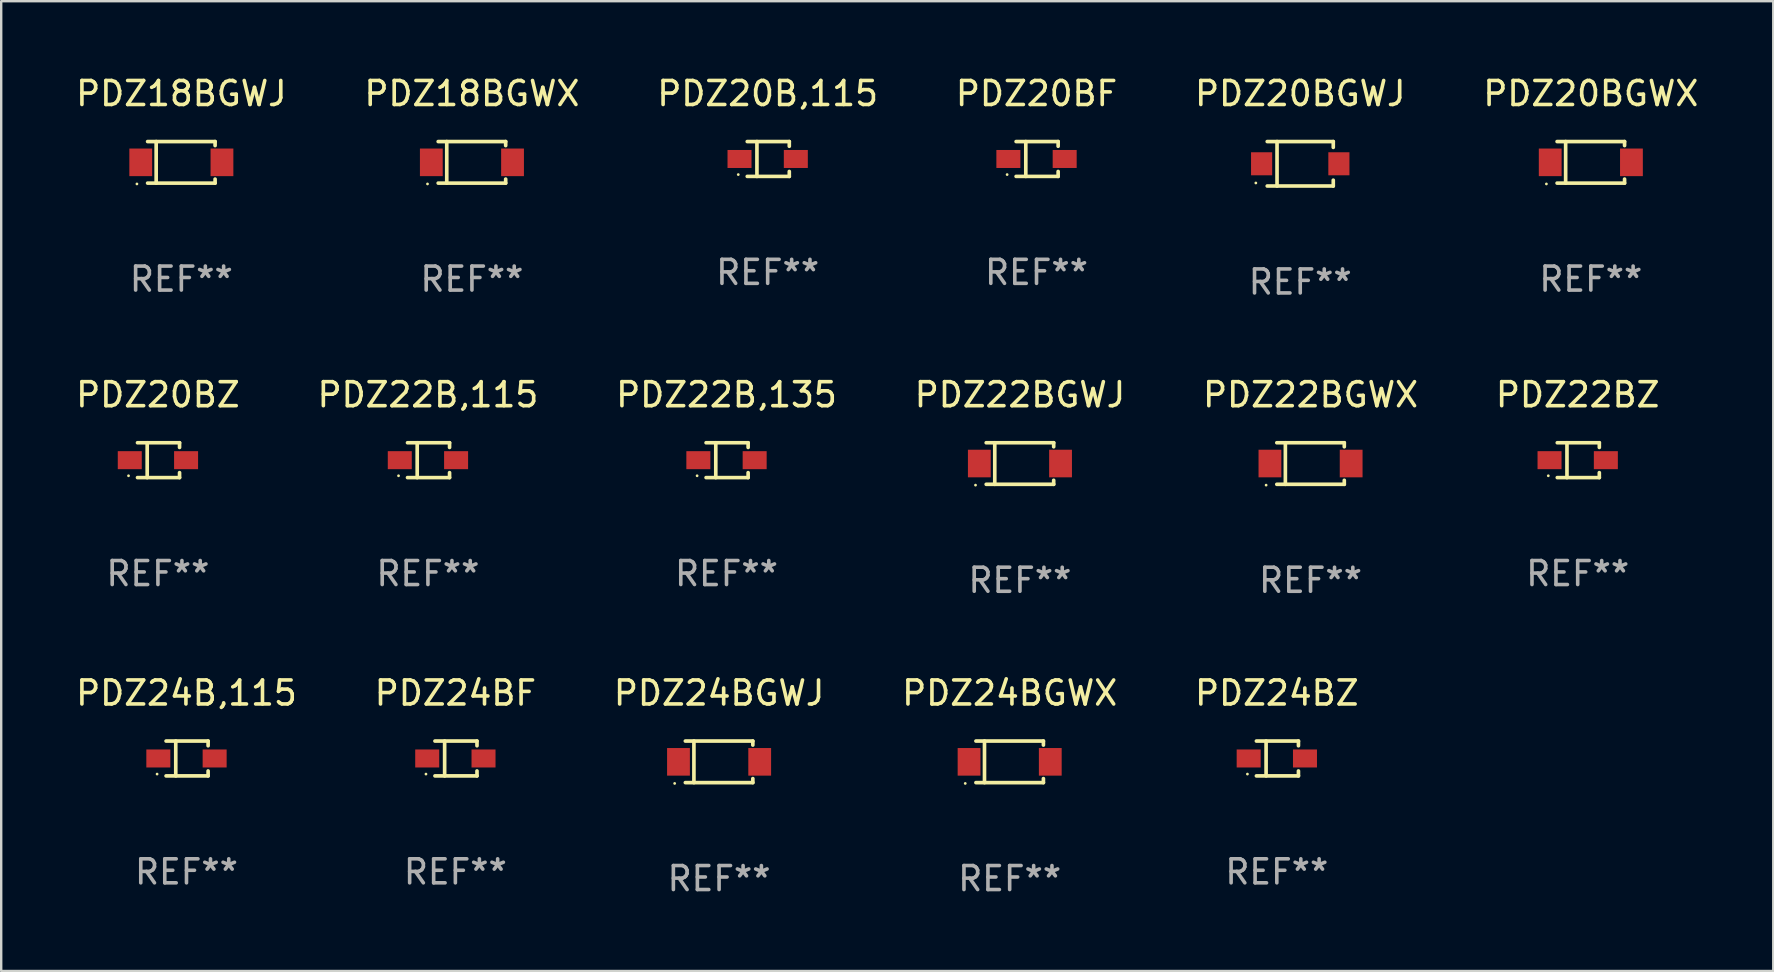
<source format=kicad_pcb>
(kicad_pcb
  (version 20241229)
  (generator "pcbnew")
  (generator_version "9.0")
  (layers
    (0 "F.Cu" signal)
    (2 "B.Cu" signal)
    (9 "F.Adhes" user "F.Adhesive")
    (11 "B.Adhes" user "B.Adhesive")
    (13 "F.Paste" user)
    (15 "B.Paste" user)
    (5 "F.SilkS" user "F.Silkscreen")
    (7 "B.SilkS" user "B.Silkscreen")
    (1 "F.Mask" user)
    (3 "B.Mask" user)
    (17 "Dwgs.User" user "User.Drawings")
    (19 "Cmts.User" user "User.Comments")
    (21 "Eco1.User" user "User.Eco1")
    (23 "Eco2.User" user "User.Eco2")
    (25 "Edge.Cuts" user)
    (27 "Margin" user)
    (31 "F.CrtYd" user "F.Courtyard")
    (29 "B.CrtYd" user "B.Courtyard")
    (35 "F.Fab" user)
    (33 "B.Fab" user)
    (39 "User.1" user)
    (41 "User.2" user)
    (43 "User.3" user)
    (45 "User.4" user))
  (footprint "PDZ22BGWX"
    (layer "F.Cu")
    (at 51.554 16.263)
    (property "Reference" "PDZ22BGWX" (at 0 -2.866 0) (layer "F.SilkS") (effects (font (size 1 1) (thickness 0.15))))
    (attr through_hole)
    (fp_line (start -1.406 -0.866) (end 1.406 -0.866) (stroke (width 0.152) (type solid)) (layer "F.SilkS"))
    (fp_line (start -1.406 0.866) (end 1.406 0.866) (stroke (width 0.152) (type solid)) (layer "F.SilkS"))
    (fp_line (start -1.049 -0.866) (end -1.049 0.866) (stroke (width 0.152) (type solid)) (layer "F.SilkS"))
    (fp_line (start 1.406 -0.866) (end 1.406 -0.698) (stroke (width 0.152) (type solid)) (layer "F.SilkS"))
    (fp_line (start 1.406 0.866) (end 1.406 0.698) (stroke (width 0.152) (type solid)) (layer "F.SilkS"))
    (fp_circle (center -1.851 0.9) (end -1.821 0.9) (stroke (width 0.06) (type solid)) (fill no) (layer "F.SilkS"))
    (fp_text user "REF**" (at 0 4.866 0) (layer "F.Fab") (effects (font (size 1 1) (thickness 0.15))))
    (pad "1" smd rect (at -1.692 0) (size 0.95 1.15) (layers "F.Cu" "F.Mask" "F.Paste"))
    (pad "2" smd rect (at 1.692 0) (size 0.95 1.15) (layers "F.Cu" "F.Mask" "F.Paste")))
  (footprint "PDZ24BGWX"
    (layer "F.Cu")
    (at 39.018 28.692)
    (property "Reference" "PDZ24BGWX" (at 0 -2.866 0) (layer "F.SilkS") (effects (font (size 1 1) (thickness 0.15))))
    (attr through_hole)
    (fp_line (start -1.406 -0.866) (end 1.406 -0.866) (stroke (width 0.152) (type solid)) (layer "F.SilkS"))
    (fp_line (start -1.406 0.866) (end 1.406 0.866) (stroke (width 0.152) (type solid)) (layer "F.SilkS"))
    (fp_line (start -1.049 -0.866) (end -1.049 0.866) (stroke (width 0.152) (type solid)) (layer "F.SilkS"))
    (fp_line (start 1.406 -0.866) (end 1.406 -0.698) (stroke (width 0.152) (type solid)) (layer "F.SilkS"))
    (fp_line (start 1.406 0.866) (end 1.406 0.698) (stroke (width 0.152) (type solid)) (layer "F.SilkS"))
    (fp_circle (center -1.851 0.9) (end -1.821 0.9) (stroke (width 0.06) (type solid)) (fill no) (layer "F.SilkS"))
    (fp_text user "REF**" (at 0 4.866 0) (layer "F.Fab") (effects (font (size 1 1) (thickness 0.15))))
    (pad "1" smd rect (at -1.692 0) (size 0.95 1.15) (layers "F.Cu" "F.Mask" "F.Paste"))
    (pad "2" smd rect (at 1.692 0) (size 0.95 1.15) (layers "F.Cu" "F.Mask" "F.Paste")))
  (footprint "PDZ18BGWJ"
    (layer "F.Cu")
    (at 4.506 3.714)
    (property "Reference" "PDZ18BGWJ" (at 0 -2.866 0) (layer "F.SilkS") (effects (font (size 1 1) (thickness 0.15))))
    (attr through_hole)
    (fp_line (start -1.406 -0.866) (end 1.406 -0.866) (stroke (width 0.152) (type solid)) (layer "F.SilkS"))
    (fp_line (start -1.406 0.866) (end 1.406 0.866) (stroke (width 0.152) (type solid)) (layer "F.SilkS"))
    (fp_line (start -1.049 -0.866) (end -1.049 0.866) (stroke (width 0.152) (type solid)) (layer "F.SilkS"))
    (fp_line (start 1.406 -0.866) (end 1.406 -0.698) (stroke (width 0.152) (type solid)) (layer "F.SilkS"))
    (fp_line (start 1.406 0.866) (end 1.406 0.698) (stroke (width 0.152) (type solid)) (layer "F.SilkS"))
    (fp_circle (center -1.851 0.9) (end -1.821 0.9) (stroke (width 0.06) (type solid)) (fill no) (layer "F.SilkS"))
    (fp_text user "REF**" (at 0 4.866 0) (layer "F.Fab") (effects (font (size 1 1) (thickness 0.15))))
    (pad "1" smd rect (at -1.692 0) (size 0.95 1.15) (layers "F.Cu" "F.Mask" "F.Paste"))
    (pad "2" smd rect (at 1.692 0) (size 0.95 1.15) (layers "F.Cu" "F.Mask" "F.Paste")))
  (footprint "PDZ20BGWX"
    (layer "F.Cu")
    (at 63.232 3.714)
    (property "Reference" "PDZ20BGWX" (at 0 -2.866 0) (layer "F.SilkS") (effects (font (size 1 1) (thickness 0.15))))
    (attr through_hole)
    (fp_line (start -1.406 -0.866) (end 1.406 -0.866) (stroke (width 0.152) (type solid)) (layer "F.SilkS"))
    (fp_line (start -1.406 0.866) (end 1.406 0.866) (stroke (width 0.152) (type solid)) (layer "F.SilkS"))
    (fp_line (start -1.049 -0.866) (end -1.049 0.866) (stroke (width 0.152) (type solid)) (layer "F.SilkS"))
    (fp_line (start 1.406 -0.866) (end 1.406 -0.698) (stroke (width 0.152) (type solid)) (layer "F.SilkS"))
    (fp_line (start 1.406 0.866) (end 1.406 0.698) (stroke (width 0.152) (type solid)) (layer "F.SilkS"))
    (fp_circle (center -1.851 0.9) (end -1.821 0.9) (stroke (width 0.06) (type solid)) (fill no) (layer "F.SilkS"))
    (fp_text user "REF**" (at 0 4.866 0) (layer "F.Fab") (effects (font (size 1 1) (thickness 0.15))))
    (pad "1" smd rect (at -1.692 0) (size 0.95 1.15) (layers "F.Cu" "F.Mask" "F.Paste"))
    (pad "2" smd rect (at 1.692 0) (size 0.95 1.15) (layers "F.Cu" "F.Mask" "F.Paste")))
  (footprint "PDZ20B,115"
    (layer "F.Cu")
    (at 28.935 3.574)
    (property "Reference" "PDZ20B,115" (at 0 -2.726 0) (layer "F.SilkS") (effects (font (size 1 1) (thickness 0.15))))
    (attr through_hole)
    (fp_line (start -0.851 -0.726) (end 0.901 -0.726) (stroke (width 0.152) (type solid)) (layer "F.SilkS"))
    (fp_line (start -0.851 0.726) (end 0.901 0.726) (stroke (width 0.152) (type solid)) (layer "F.SilkS"))
    (fp_line (start -0.447 -0.726) (end -0.447 0.726) (stroke (width 0.152) (type solid)) (layer "F.SilkS"))
    (fp_line (start 0.901 -0.726) (end 0.901 -0.53) (stroke (width 0.152) (type solid)) (layer "F.SilkS"))
    (fp_line (start 0.901 0.726) (end 0.901 0.52) (stroke (width 0.152) (type solid)) (layer "F.SilkS"))
    (fp_circle (center -1.225 0.65) (end -1.195 0.65) (stroke (width 0.06) (type solid)) (fill no) (layer "F.SilkS"))
    (fp_text user "REF**" (at 0 4.726 0) (layer "F.Fab") (effects (font (size 1 1) (thickness 0.15))))
    (pad "1" smd rect (at -1.173 0) (size 1 0.75) (layers "F.Cu" "F.Mask" "F.Paste"))
    (pad "2" smd rect (at 1.173 0) (size 1 0.75) (layers "F.Cu" "F.Mask" "F.Paste")))
  (footprint "PDZ20BGWJ"
    (layer "F.Cu")
    (at 51.125 3.774)
    (property "Reference" "PDZ20BGWJ" (at 0 -2.926 0) (layer "F.SilkS") (effects (font (size 1 1) (thickness 0.15))))
    (attr through_hole)
    (fp_line (start -1.376 -0.926) (end 1.376 -0.926) (stroke (width 0.152) (type solid)) (layer "F.SilkS"))
    (fp_line (start -1.376 0.926) (end 1.376 0.926) (stroke (width 0.152) (type solid)) (layer "F.SilkS"))
    (fp_line (start -0.967 -0.926) (end -0.967 0.926) (stroke (width 0.152) (type solid)) (layer "F.SilkS"))
    (fp_line (start 1.376 -0.926) (end 1.376 -0.683) (stroke (width 0.152) (type solid)) (layer "F.SilkS"))
    (fp_line (start 1.376 0.926) (end 1.376 0.683) (stroke (width 0.152) (type solid)) (layer "F.SilkS"))
    (fp_circle (center -1.85 0.8) (end -1.82 0.8) (stroke (width 0.06) (type solid)) (fill no) (layer "F.SilkS"))
    (fp_text user "REF**" (at 0 4.926 0) (layer "F.Fab") (effects (font (size 1 1) (thickness 0.15))))
    (pad "1" smd rect (at -1.61 0) (size 0.88 0.96) (layers "F.Cu" "F.Mask" "F.Paste"))
    (pad "2" smd rect (at 1.61 0) (size 0.88 0.96) (layers "F.Cu" "F.Mask" "F.Paste")))
  (footprint "PDZ20BF"
    (layer "F.Cu")
    (at 40.137 3.574)
    (property "Reference" "PDZ20BF" (at 0 -2.726 0) (layer "F.SilkS") (effects (font (size 1 1) (thickness 0.15))))
    (attr through_hole)
    (fp_line (start -0.851 -0.726) (end 0.901 -0.726) (stroke (width 0.152) (type solid)) (layer "F.SilkS"))
    (fp_line (start -0.851 0.726) (end 0.901 0.726) (stroke (width 0.152) (type solid)) (layer "F.SilkS"))
    (fp_line (start -0.447 -0.726) (end -0.447 0.726) (stroke (width 0.152) (type solid)) (layer "F.SilkS"))
    (fp_line (start 0.901 -0.726) (end 0.901 -0.53) (stroke (width 0.152) (type solid)) (layer "F.SilkS"))
    (fp_line (start 0.901 0.726) (end 0.901 0.52) (stroke (width 0.152) (type solid)) (layer "F.SilkS"))
    (fp_circle (center -1.225 0.65) (end -1.195 0.65) (stroke (width 0.06) (type solid)) (fill no) (layer "F.SilkS"))
    (fp_text user "REF**" (at 0 4.726 0) (layer "F.Fab") (effects (font (size 1 1) (thickness 0.15))))
    (pad "1" smd rect (at -1.173 0) (size 1 0.75) (layers "F.Cu" "F.Mask" "F.Paste"))
    (pad "2" smd rect (at 1.173 0) (size 1 0.75) (layers "F.Cu" "F.Mask" "F.Paste")))
  (footprint "PDZ24BF"
    (layer "F.Cu")
    (at 15.923 28.552)
    (property "Reference" "PDZ24BF" (at 0 -2.726 0) (layer "F.SilkS") (effects (font (size 1 1) (thickness 0.15))))
    (attr through_hole)
    (fp_line (start -0.851 -0.726) (end 0.901 -0.726) (stroke (width 0.152) (type solid)) (layer "F.SilkS"))
    (fp_line (start -0.851 0.726) (end 0.901 0.726) (stroke (width 0.152) (type solid)) (layer "F.SilkS"))
    (fp_line (start -0.447 -0.726) (end -0.447 0.726) (stroke (width 0.152) (type solid)) (layer "F.SilkS"))
    (fp_line (start 0.901 -0.726) (end 0.901 -0.53) (stroke (width 0.152) (type solid)) (layer "F.SilkS"))
    (fp_line (start 0.901 0.726) (end 0.901 0.52) (stroke (width 0.152) (type solid)) (layer "F.SilkS"))
    (fp_circle (center -1.225 0.65) (end -1.195 0.65) (stroke (width 0.06) (type solid)) (fill no) (layer "F.SilkS"))
    (fp_text user "REF**" (at 0 4.726 0) (layer "F.Fab") (effects (font (size 1 1) (thickness 0.15))))
    (pad "1" smd rect (at -1.173 0) (size 1 0.75) (layers "F.Cu" "F.Mask" "F.Paste"))
    (pad "2" smd rect (at 1.173 0) (size 1 0.75) (layers "F.Cu" "F.Mask" "F.Paste")))
  (footprint "PDZ20BZ"
    (layer "F.Cu")
    (at 3.53 16.123)
    (property "Reference" "PDZ20BZ" (at 0 -2.726 0) (layer "F.SilkS") (effects (font (size 1 1) (thickness 0.15))))
    (attr through_hole)
    (fp_line (start -0.851 -0.726) (end 0.901 -0.726) (stroke (width 0.152) (type solid)) (layer "F.SilkS"))
    (fp_line (start -0.851 0.726) (end 0.901 0.726) (stroke (width 0.152) (type solid)) (layer "F.SilkS"))
    (fp_line (start -0.447 -0.726) (end -0.447 0.726) (stroke (width 0.152) (type solid)) (layer "F.SilkS"))
    (fp_line (start 0.901 -0.726) (end 0.901 -0.53) (stroke (width 0.152) (type solid)) (layer "F.SilkS"))
    (fp_line (start 0.901 0.726) (end 0.901 0.52) (stroke (width 0.152) (type solid)) (layer "F.SilkS"))
    (fp_circle (center -1.225 0.65) (end -1.195 0.65) (stroke (width 0.06) (type solid)) (fill no) (layer "F.SilkS"))
    (fp_text user "REF**" (at 0 4.726 0) (layer "F.Fab") (effects (font (size 1 1) (thickness 0.15))))
    (pad "1" smd rect (at -1.173 0) (size 1 0.75) (layers "F.Cu" "F.Mask" "F.Paste"))
    (pad "2" smd rect (at 1.173 0) (size 1 0.75) (layers "F.Cu" "F.Mask" "F.Paste")))
  (footprint "PDZ22B,135"
    (layer "F.Cu")
    (at 27.22 16.123)
    (property "Reference" "PDZ22B,135" (at 0 -2.726 0) (layer "F.SilkS") (effects (font (size 1 1) (thickness 0.15))))
    (attr through_hole)
    (fp_line (start -0.851 -0.726) (end 0.901 -0.726) (stroke (width 0.152) (type solid)) (layer "F.SilkS"))
    (fp_line (start -0.851 0.726) (end 0.901 0.726) (stroke (width 0.152) (type solid)) (layer "F.SilkS"))
    (fp_line (start -0.447 -0.726) (end -0.447 0.726) (stroke (width 0.152) (type solid)) (layer "F.SilkS"))
    (fp_line (start 0.901 -0.726) (end 0.901 -0.53) (stroke (width 0.152) (type solid)) (layer "F.SilkS"))
    (fp_line (start 0.901 0.726) (end 0.901 0.52) (stroke (width 0.152) (type solid)) (layer "F.SilkS"))
    (fp_circle (center -1.225 0.65) (end -1.195 0.65) (stroke (width 0.06) (type solid)) (fill no) (layer "F.SilkS"))
    (fp_text user "REF**" (at 0 4.726 0) (layer "F.Fab") (effects (font (size 1 1) (thickness 0.15))))
    (pad "1" smd rect (at -1.173 0) (size 1 0.75) (layers "F.Cu" "F.Mask" "F.Paste"))
    (pad "2" smd rect (at 1.173 0) (size 1 0.75) (layers "F.Cu" "F.Mask" "F.Paste")))
  (footprint "PDZ24BZ"
    (layer "F.Cu")
    (at 50.149 28.552)
    (property "Reference" "PDZ24BZ" (at 0 -2.726 0) (layer "F.SilkS") (effects (font (size 1 1) (thickness 0.15))))
    (attr through_hole)
    (fp_line (start -0.851 -0.726) (end 0.901 -0.726) (stroke (width 0.152) (type solid)) (layer "F.SilkS"))
    (fp_line (start -0.851 0.726) (end 0.901 0.726) (stroke (width 0.152) (type solid)) (layer "F.SilkS"))
    (fp_line (start -0.447 -0.726) (end -0.447 0.726) (stroke (width 0.152) (type solid)) (layer "F.SilkS"))
    (fp_line (start 0.901 -0.726) (end 0.901 -0.53) (stroke (width 0.152) (type solid)) (layer "F.SilkS"))
    (fp_line (start 0.901 0.726) (end 0.901 0.52) (stroke (width 0.152) (type solid)) (layer "F.SilkS"))
    (fp_circle (center -1.225 0.65) (end -1.195 0.65) (stroke (width 0.06) (type solid)) (fill no) (layer "F.SilkS"))
    (fp_text user "REF**" (at 0 4.726 0) (layer "F.Fab") (effects (font (size 1 1) (thickness 0.15))))
    (pad "1" smd rect (at -1.173 0) (size 1 0.75) (layers "F.Cu" "F.Mask" "F.Paste"))
    (pad "2" smd rect (at 1.173 0) (size 1 0.75) (layers "F.Cu" "F.Mask" "F.Paste")))
  (footprint "PDZ22B,115"
    (layer "F.Cu")
    (at 14.78 16.123)
    (property "Reference" "PDZ22B,115" (at 0 -2.726 0) (layer "F.SilkS") (effects (font (size 1 1) (thickness 0.15))))
    (attr through_hole)
    (fp_line (start -0.851 -0.726) (end 0.901 -0.726) (stroke (width 0.152) (type solid)) (layer "F.SilkS"))
    (fp_line (start -0.851 0.726) (end 0.901 0.726) (stroke (width 0.152) (type solid)) (layer "F.SilkS"))
    (fp_line (start -0.447 -0.726) (end -0.447 0.726) (stroke (width 0.152) (type solid)) (layer "F.SilkS"))
    (fp_line (start 0.901 -0.726) (end 0.901 -0.53) (stroke (width 0.152) (type solid)) (layer "F.SilkS"))
    (fp_line (start 0.901 0.726) (end 0.901 0.52) (stroke (width 0.152) (type solid)) (layer "F.SilkS"))
    (fp_circle (center -1.225 0.65) (end -1.195 0.65) (stroke (width 0.06) (type solid)) (fill no) (layer "F.SilkS"))
    (fp_text user "REF**" (at 0 4.726 0) (layer "F.Fab") (effects (font (size 1 1) (thickness 0.15))))
    (pad "1" smd rect (at -1.173 0) (size 1 0.75) (layers "F.Cu" "F.Mask" "F.Paste"))
    (pad "2" smd rect (at 1.173 0) (size 1 0.75) (layers "F.Cu" "F.Mask" "F.Paste")))
  (footprint "PDZ22BGWJ"
    (layer "F.Cu")
    (at 39.446 16.263)
    (property "Reference" "PDZ22BGWJ" (at 0 -2.866 0) (layer "F.SilkS") (effects (font (size 1 1) (thickness 0.15))))
    (attr through_hole)
    (fp_line (start -1.406 -0.866) (end 1.406 -0.866) (stroke (width 0.152) (type solid)) (layer "F.SilkS"))
    (fp_line (start -1.406 0.866) (end 1.406 0.866) (stroke (width 0.152) (type solid)) (layer "F.SilkS"))
    (fp_line (start -1.049 -0.866) (end -1.049 0.866) (stroke (width 0.152) (type solid)) (layer "F.SilkS"))
    (fp_line (start 1.406 -0.866) (end 1.406 -0.698) (stroke (width 0.152) (type solid)) (layer "F.SilkS"))
    (fp_line (start 1.406 0.866) (end 1.406 0.698) (stroke (width 0.152) (type solid)) (layer "F.SilkS"))
    (fp_circle (center -1.851 0.9) (end -1.821 0.9) (stroke (width 0.06) (type solid)) (fill no) (layer "F.SilkS"))
    (fp_text user "REF**" (at 0 4.866 0) (layer "F.Fab") (effects (font (size 1 1) (thickness 0.15))))
    (pad "1" smd rect (at -1.692 0) (size 0.95 1.15) (layers "F.Cu" "F.Mask" "F.Paste"))
    (pad "2" smd rect (at 1.692 0) (size 0.95 1.15) (layers "F.Cu" "F.Mask" "F.Paste")))
  (footprint "PDZ24B,115"
    (layer "F.Cu")
    (at 4.72 28.552)
    (property "Reference" "PDZ24B,115" (at 0 -2.726 0) (layer "F.SilkS") (effects (font (size 1 1) (thickness 0.15))))
    (attr through_hole)
    (fp_line (start -0.851 -0.726) (end 0.901 -0.726) (stroke (width 0.152) (type solid)) (layer "F.SilkS"))
    (fp_line (start -0.851 0.726) (end 0.901 0.726) (stroke (width 0.152) (type solid)) (layer "F.SilkS"))
    (fp_line (start -0.447 -0.726) (end -0.447 0.726) (stroke (width 0.152) (type solid)) (layer "F.SilkS"))
    (fp_line (start 0.901 -0.726) (end 0.901 -0.53) (stroke (width 0.152) (type solid)) (layer "F.SilkS"))
    (fp_line (start 0.901 0.726) (end 0.901 0.52) (stroke (width 0.152) (type solid)) (layer "F.SilkS"))
    (fp_circle (center -1.225 0.65) (end -1.195 0.65) (stroke (width 0.06) (type solid)) (fill no) (layer "F.SilkS"))
    (fp_text user "REF**" (at 0 4.726 0) (layer "F.Fab") (effects (font (size 1 1) (thickness 0.15))))
    (pad "1" smd rect (at -1.173 0) (size 1 0.75) (layers "F.Cu" "F.Mask" "F.Paste"))
    (pad "2" smd rect (at 1.173 0) (size 1 0.75) (layers "F.Cu" "F.Mask" "F.Paste")))
  (footprint "PDZ18BGWX"
    (layer "F.Cu")
    (at 16.613 3.714)
    (property "Reference" "PDZ18BGWX" (at 0 -2.866 0) (layer "F.SilkS") (effects (font (size 1 1) (thickness 0.15))))
    (attr through_hole)
    (fp_line (start -1.406 -0.866) (end 1.406 -0.866) (stroke (width 0.152) (type solid)) (layer "F.SilkS"))
    (fp_line (start -1.406 0.866) (end 1.406 0.866) (stroke (width 0.152) (type solid)) (layer "F.SilkS"))
    (fp_line (start -1.049 -0.866) (end -1.049 0.866) (stroke (width 0.152) (type solid)) (layer "F.SilkS"))
    (fp_line (start 1.406 -0.866) (end 1.406 -0.698) (stroke (width 0.152) (type solid)) (layer "F.SilkS"))
    (fp_line (start 1.406 0.866) (end 1.406 0.698) (stroke (width 0.152) (type solid)) (layer "F.SilkS"))
    (fp_circle (center -1.851 0.9) (end -1.821 0.9) (stroke (width 0.06) (type solid)) (fill no) (layer "F.SilkS"))
    (fp_text user "REF**" (at 0 4.866 0) (layer "F.Fab") (effects (font (size 1 1) (thickness 0.15))))
    (pad "1" smd rect (at -1.692 0) (size 0.95 1.15) (layers "F.Cu" "F.Mask" "F.Paste"))
    (pad "2" smd rect (at 1.692 0) (size 0.95 1.15) (layers "F.Cu" "F.Mask" "F.Paste")))
  (footprint "PDZ22BZ"
    (layer "F.Cu")
    (at 62.685 16.123)
    (property "Reference" "PDZ22BZ" (at 0 -2.726 0) (layer "F.SilkS") (effects (font (size 1 1) (thickness 0.15))))
    (attr through_hole)
    (fp_line (start -0.851 -0.726) (end 0.901 -0.726) (stroke (width 0.152) (type solid)) (layer "F.SilkS"))
    (fp_line (start -0.851 0.726) (end 0.901 0.726) (stroke (width 0.152) (type solid)) (layer "F.SilkS"))
    (fp_line (start -0.447 -0.726) (end -0.447 0.726) (stroke (width 0.152) (type solid)) (layer "F.SilkS"))
    (fp_line (start 0.901 -0.726) (end 0.901 -0.53) (stroke (width 0.152) (type solid)) (layer "F.SilkS"))
    (fp_line (start 0.901 0.726) (end 0.901 0.52) (stroke (width 0.152) (type solid)) (layer "F.SilkS"))
    (fp_circle (center -1.225 0.65) (end -1.195 0.65) (stroke (width 0.06) (type solid)) (fill no) (layer "F.SilkS"))
    (fp_text user "REF**" (at 0 4.726 0) (layer "F.Fab") (effects (font (size 1 1) (thickness 0.15))))
    (pad "1" smd rect (at -1.173 0) (size 1 0.75) (layers "F.Cu" "F.Mask" "F.Paste"))
    (pad "2" smd rect (at 1.173 0) (size 1 0.75) (layers "F.Cu" "F.Mask" "F.Paste")))
  (footprint "PDZ24BGWJ"
    (layer "F.Cu")
    (at 26.911 28.692)
    (property "Reference" "PDZ24BGWJ" (at 0 -2.866 0) (layer "F.SilkS") (effects (font (size 1 1) (thickness 0.15))))
    (attr through_hole)
    (fp_line (start -1.406 -0.866) (end 1.406 -0.866) (stroke (width 0.152) (type solid)) (layer "F.SilkS"))
    (fp_line (start -1.406 0.866) (end 1.406 0.866) (stroke (width 0.152) (type solid)) (layer "F.SilkS"))
    (fp_line (start -1.049 -0.866) (end -1.049 0.866) (stroke (width 0.152) (type solid)) (layer "F.SilkS"))
    (fp_line (start 1.406 -0.866) (end 1.406 -0.698) (stroke (width 0.152) (type solid)) (layer "F.SilkS"))
    (fp_line (start 1.406 0.866) (end 1.406 0.698) (stroke (width 0.152) (type solid)) (layer "F.SilkS"))
    (fp_circle (center -1.851 0.9) (end -1.821 0.9) (stroke (width 0.06) (type solid)) (fill no) (layer "F.SilkS"))
    (fp_text user "REF**" (at 0 4.866 0) (layer "F.Fab") (effects (font (size 1 1) (thickness 0.15))))
    (pad "1" smd rect (at -1.692 0) (size 0.95 1.15) (layers "F.Cu" "F.Mask" "F.Paste"))
    (pad "2" smd rect (at 1.692 0) (size 0.95 1.15) (layers "F.Cu" "F.Mask" "F.Paste")))
  (gr_rect
    (start -3 -3)
    (end 70.833 37.407)
    (stroke (width 0.1) (type default))
    (fill no)
    (layer "Edge.Cuts")))
</source>
